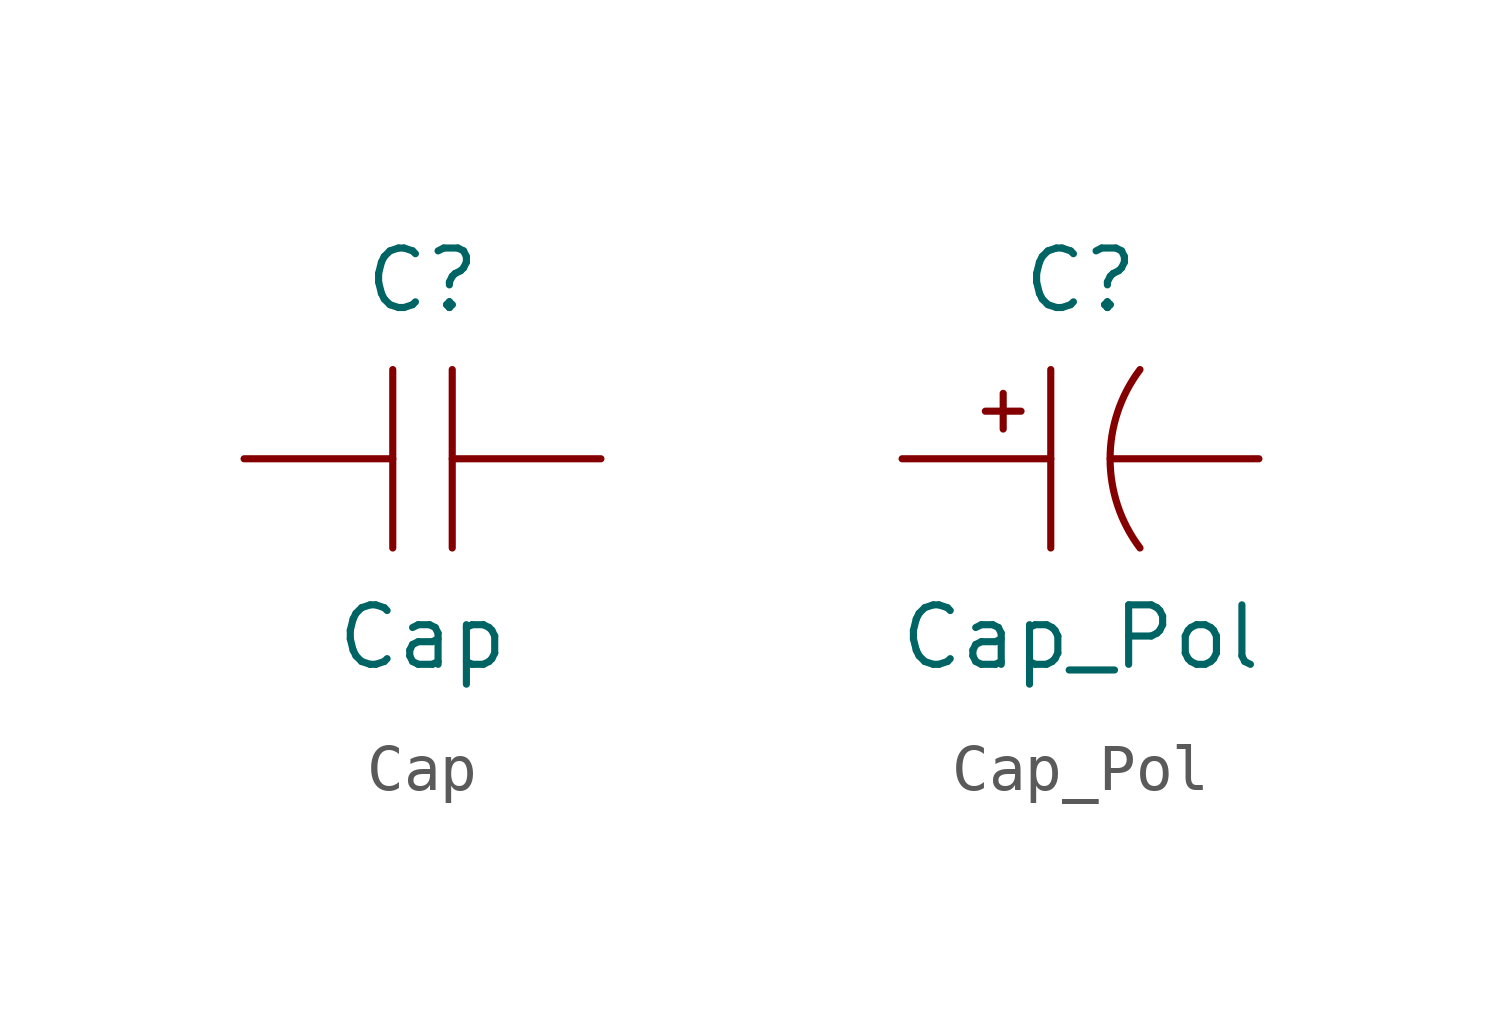
<source format=kicad_sym>
(kicad_symbol_lib
  (version 20220914)
  (generator kicad_symbol_editor)
  (symbol "Cap"
    (pin_numbers hide)
    (pin_names hide)
    (property "Reference" "C"
      (at 0 3.81 0)
      (effects (font (size 1.27 1.27))))
    (property "Value" "Cap"
      (at 0 -3.81 0)
      (effects (font (size 1.27 1.27))))
    (symbol "Cap_0_1"
      (polyline (pts (xy -0.635 1.905) (xy -0.635 -1.905)) (stroke (width 0) (type default)) (fill (type none)))
      (polyline (pts (xy 0.635 1.905) (xy 0.635 -1.905)) (stroke (width 0) (type default)) (fill (type none))))
    (symbol "Cap_1_1"
      (pin passive line (at -3.81 0 0) (length 3.175) (name "" (effects (font (size 1.27 1.27)))) (number "1" (effects (font (size 1.27 1.27)))))
      (pin passive line (at 3.81 0 180) (length 3.175) (name "" (effects (font (size 1.27 1.27)))) (number "2" (effects (font (size 1.27 1.27)))))))
  (symbol "Cap_Pol"
    (pin_numbers hide)
    (pin_names hide)
    (property "Reference" "C"
      (at 0 3.81 0)
      (effects (font (size 1.27 1.27))))
    (property "Value" "Cap_Pol"
      (at 0 -3.81 0)
      (effects (font (size 1.27 1.27))))
    (symbol "Cap_Pol_0_1"
      (polyline (pts (xy -2.032 1.016) (xy -1.27 1.016)) (stroke (width 0) (type default)) (fill (type none)))
      (polyline (pts (xy -1.651 1.397) (xy -1.651 0.635)) (stroke (width 0) (type default)) (fill (type none)))
      (polyline (pts (xy -0.635 1.905) (xy -0.635 -1.905)) (stroke (width 0) (type default)) (fill (type none)))
      (arc (start 1.27 1.905) (mid 0.632 0) (end 1.27 -1.905) (stroke (width 0) (type default)) (fill (type none))))
    (symbol "Cap_Pol_1_1"
      (pin passive line (at -3.81 0 0) (length 3.175) (name "A" (effects (font (size 1.27 1.27)))) (number "1" (effects (font (size 1.27 1.27)))))
      (pin passive line (at 3.81 0 180) (length 3.175) (name "K" (effects (font (size 1.27 1.27)))) (number "2" (effects (font (size 1.27 1.27))))))))
</source>
